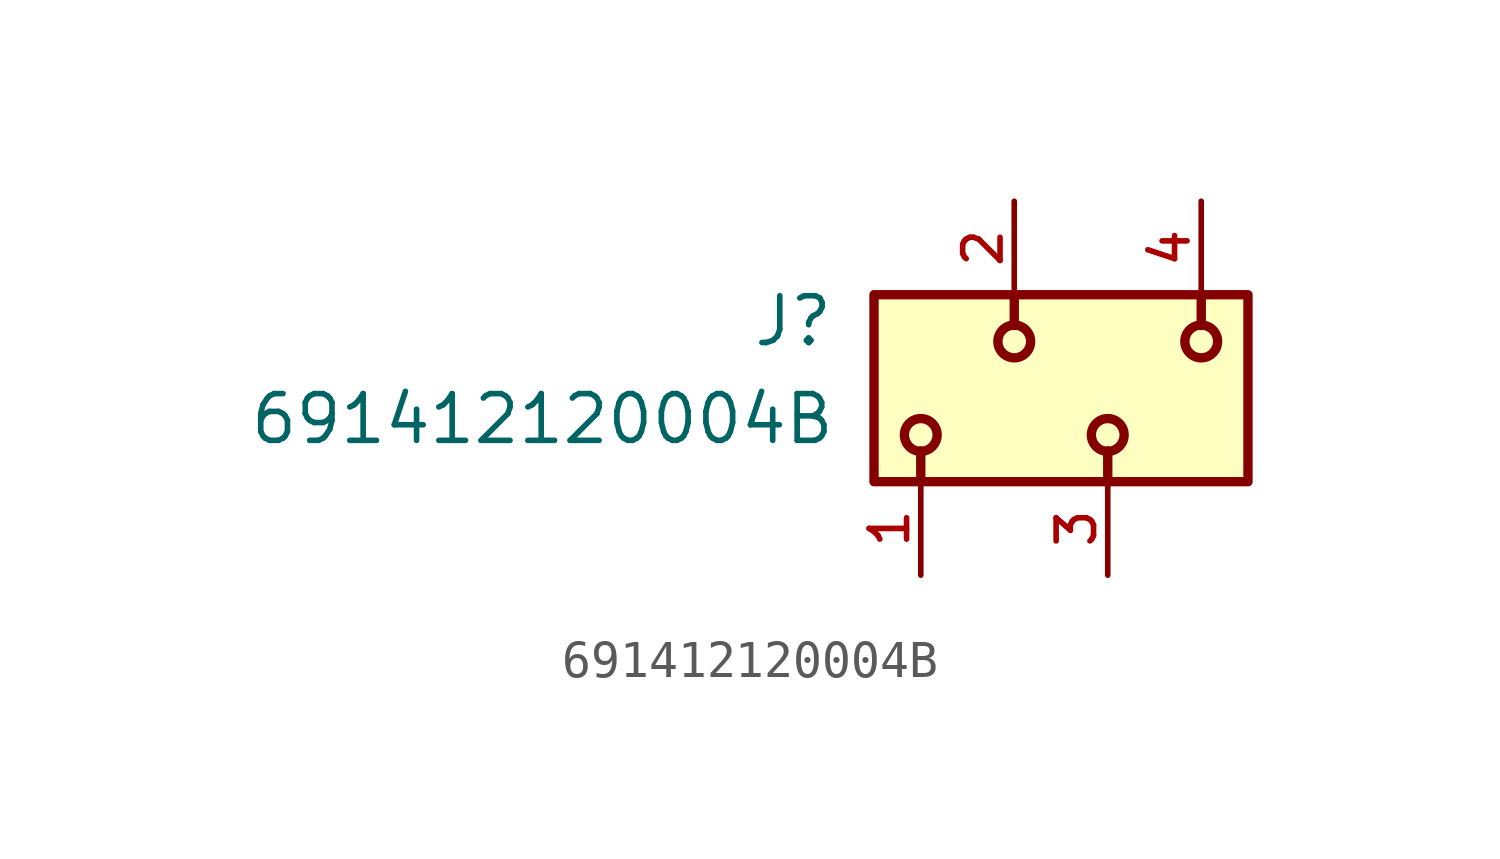
<source format=kicad_sym>
(kicad_symbol_lib
  (version 20211014)
  (generator kicad_symbol_editor)
  (symbol "691412120004B"
    (pin_names
      (offset 1.016))
    (property "Reference" "J"
      (at -4.88 1.078 0)
      (effects (font (size 1.27 1.27)) (justify bottom right)))
    (property "Value" "691412120004B"
      (at -4.83 -1.58 0)
      (effects (font (size 1.27 1.27)) (justify bottom right)))
    (symbol "691412120004B_0_0"
      (polyline (pts (xy -2.54 -1.705) (xy -2.54 -2.54)) (stroke (width 0.254)))
      (polyline (pts (xy 2.54 -1.705) (xy 2.54 -2.54)) (stroke (width 0.254)))
      (polyline (pts (xy 5.08 1.705) (xy 5.08 2.54)) (stroke (width 0.254)))
      (polyline (pts (xy 0.0 1.705) (xy 0.0 2.54)) (stroke (width 0.254)))
      (circle (center -2.54 -1.27) (radius 0.445) (stroke (width 0.254)) (fill (type none)))
      (circle (center 2.54 -1.27) (radius 0.445) (stroke (width 0.254)) (fill (type none)))
      (circle (center 5.08 1.27) (radius 0.445) (stroke (width 0.254)) (fill (type none)))
      (circle (center 0.0 1.27) (radius 0.445) (stroke (width 0.254)) (fill (type none)))
      (rectangle (start -3.81 -2.54) (end 6.35 2.54) (stroke (width 0.254)) (fill (type background)))
      (pin passive line (at -2.54 -5.08 90.0) (length 2.54) (name "~" (effects (font (size 1.016 1.016)))) (number "1" (effects (font (size 1.016 1.016)))))
      (pin passive line (at 0.0 5.08 270.0) (length 2.54) (name "~" (effects (font (size 1.016 1.016)))) (number "2" (effects (font (size 1.016 1.016)))))
      (pin passive line (at 2.54 -5.08 90.0) (length 2.54) (name "~" (effects (font (size 1.016 1.016)))) (number "3" (effects (font (size 1.016 1.016)))))
      (pin passive line (at 5.08 5.08 270.0) (length 2.54) (name "~" (effects (font (size 1.016 1.016)))) (number "4" (effects (font (size 1.016 1.016))))))))
</source>
